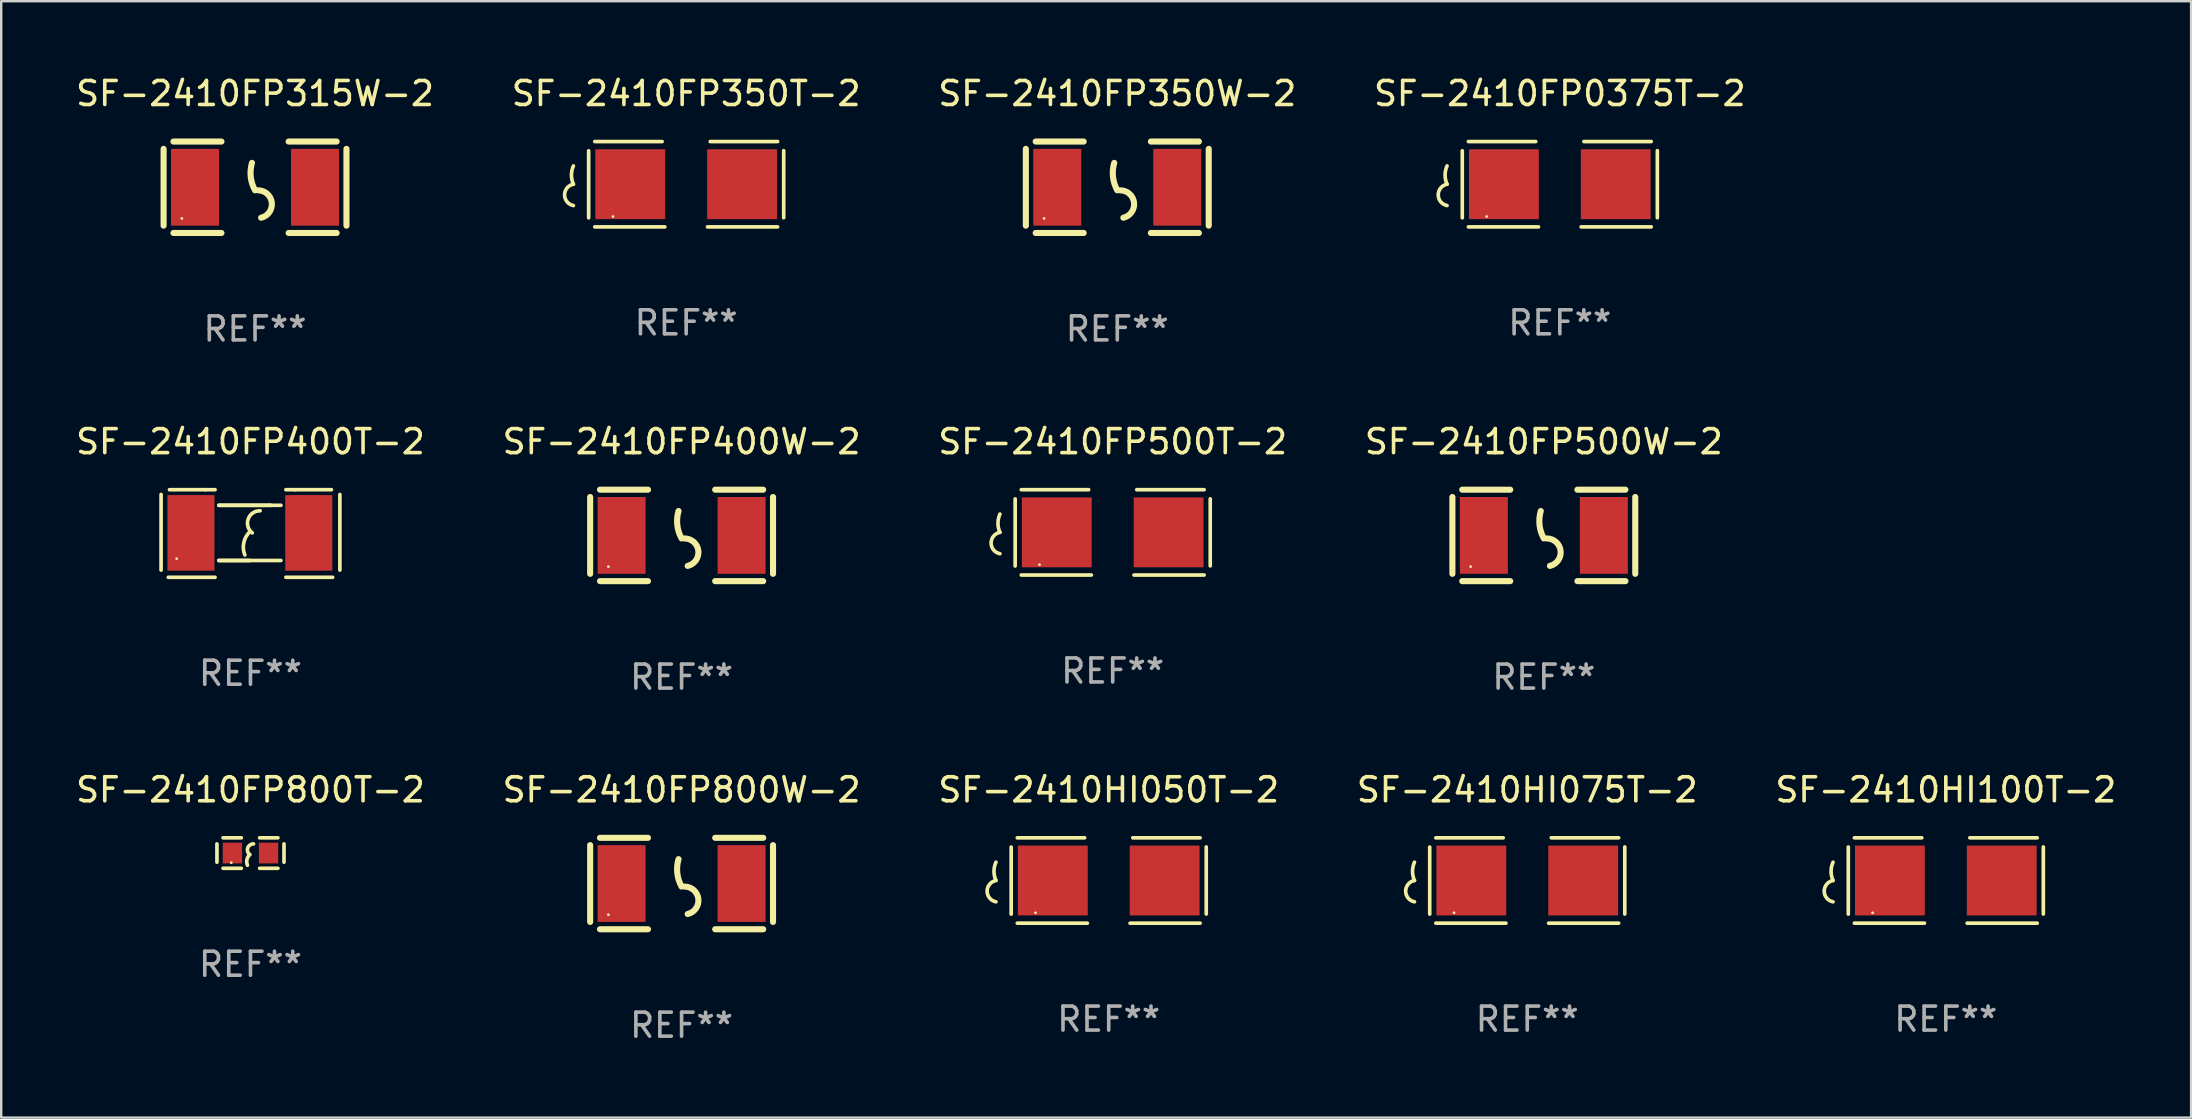
<source format=kicad_pcb>
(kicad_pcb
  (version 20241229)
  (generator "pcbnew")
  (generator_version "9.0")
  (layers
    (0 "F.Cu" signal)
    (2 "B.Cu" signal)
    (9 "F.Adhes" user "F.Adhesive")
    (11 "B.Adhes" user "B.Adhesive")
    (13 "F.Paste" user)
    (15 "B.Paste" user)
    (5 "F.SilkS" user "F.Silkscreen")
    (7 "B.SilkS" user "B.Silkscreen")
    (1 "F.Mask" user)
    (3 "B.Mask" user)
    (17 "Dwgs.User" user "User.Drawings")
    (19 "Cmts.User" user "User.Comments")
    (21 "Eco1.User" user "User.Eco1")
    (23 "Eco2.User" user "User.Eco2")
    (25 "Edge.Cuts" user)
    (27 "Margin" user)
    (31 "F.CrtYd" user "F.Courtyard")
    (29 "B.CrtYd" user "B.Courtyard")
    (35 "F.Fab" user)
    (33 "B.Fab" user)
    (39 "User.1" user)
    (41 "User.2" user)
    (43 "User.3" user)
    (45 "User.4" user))
  (footprint "SF-2410FP800W-2"
    (layer "F.Cu")
    (at 25.351 33.766)
    (property "Reference" "SF-2410FP800W-2" (at 0 -3.905 0) (layer "F.SilkS") (effects (font (size 1 1) (thickness 0.15))))
    (attr through_hole)
    (fp_line (start -3.81 -1.6) (end -3.81 1.6) (stroke (width 0.254) (type solid)) (layer "F.SilkS"))
    (fp_line (start -3.4 -1.905) (end -1.4 -1.905) (stroke (width 0.254) (type solid)) (layer "F.SilkS"))
    (fp_line (start -3.4 1.905) (end -1.4 1.905) (stroke (width 0.254) (type solid)) (layer "F.SilkS"))
    (fp_line (start 1.4 -1.905) (end 3.4 -1.905) (stroke (width 0.254) (type solid)) (layer "F.SilkS"))
    (fp_line (start 1.4 1.905) (end 3.4 1.905) (stroke (width 0.254) (type solid)) (layer "F.SilkS"))
    (fp_line (start 3.81 -1.6) (end 3.81 1.6) (stroke (width 0.254) (type solid)) (layer "F.SilkS"))
    (fp_arc (start 0 0.127) (mid -0.178599 -0.431712) (end -0.127 -1.016002) (stroke (width 0.254001) (type solid)) (layer "F.SilkS"))
    (fp_arc (start 0.126999 0.127) (mid 0.698883 0.642014) (end 0.254001 1.270003) (stroke (width 0.254001) (type solid)) (layer "F.SilkS"))
    (fp_circle (center -3.05 1.3) (end -3.02 1.3) (stroke (width 0.06) (type solid)) (fill no) (layer "F.SilkS"))
    (fp_text user "REF**" (at 0 5.905 0) (layer "F.Fab") (effects (font (size 1 1) (thickness 0.15))))
    (pad "1" smd rect (at -2.5 0) (size 2 3.2) (layers "F.Cu" "F.Mask" "F.Paste"))
    (pad "2" smd rect (at 2.5 0) (size 2 3.2) (layers "F.Cu" "F.Mask" "F.Paste")))
  (footprint "SF-2410FP400W-2"
    (layer "F.Cu")
    (at 25.351 19.26)
    (property "Reference" "SF-2410FP400W-2" (at 0 -3.905 0) (layer "F.SilkS") (effects (font (size 1 1) (thickness 0.15))))
    (attr through_hole)
    (fp_line (start -3.81 -1.6) (end -3.81 1.6) (stroke (width 0.254) (type solid)) (layer "F.SilkS"))
    (fp_line (start -3.4 -1.905) (end -1.4 -1.905) (stroke (width 0.254) (type solid)) (layer "F.SilkS"))
    (fp_line (start -3.4 1.905) (end -1.4 1.905) (stroke (width 0.254) (type solid)) (layer "F.SilkS"))
    (fp_line (start 1.4 -1.905) (end 3.4 -1.905) (stroke (width 0.254) (type solid)) (layer "F.SilkS"))
    (fp_line (start 1.4 1.905) (end 3.4 1.905) (stroke (width 0.254) (type solid)) (layer "F.SilkS"))
    (fp_line (start 3.81 -1.6) (end 3.81 1.6) (stroke (width 0.254) (type solid)) (layer "F.SilkS"))
    (fp_arc (start 0 0.127) (mid -0.178599 -0.431712) (end -0.127 -1.016002) (stroke (width 0.254001) (type solid)) (layer "F.SilkS"))
    (fp_arc (start 0.126999 0.127) (mid 0.698883 0.642014) (end 0.254001 1.270003) (stroke (width 0.254001) (type solid)) (layer "F.SilkS"))
    (fp_circle (center -3.05 1.3) (end -3.02 1.3) (stroke (width 0.06) (type solid)) (fill no) (layer "F.SilkS"))
    (fp_text user "REF**" (at 0 5.905 0) (layer "F.Fab") (effects (font (size 1 1) (thickness 0.15))))
    (pad "1" smd rect (at -2.5 0) (size 2 3.2) (layers "F.Cu" "F.Mask" "F.Paste"))
    (pad "2" smd rect (at 2.5 0) (size 2 3.2) (layers "F.Cu" "F.Mask" "F.Paste")))
  (footprint "SF-2410FP800T-2"
    (layer "F.Cu")
    (at 7.387 32.496)
    (property "Reference" "SF-2410FP800T-2" (at 0 -2.635 0) (layer "F.SilkS") (effects (font (size 1 1) (thickness 0.15))))
    (attr through_hole)
    (fp_line (start -1.397 -0.381) (end -1.397 0.381) (stroke (width 0.152) (type solid)) (layer "F.SilkS"))
    (fp_line (start -0.381 -0.635) (end -1.143 -0.635) (stroke (width 0.152) (type solid)) (layer "F.SilkS"))
    (fp_line (start -0.381 0.635) (end -1.143 0.635) (stroke (width 0.152) (type solid)) (layer "F.SilkS"))
    (fp_line (start 0.381 -0.635) (end 1.143 -0.635) (stroke (width 0.152) (type solid)) (layer "F.SilkS"))
    (fp_line (start 0.381 0.635) (end 1.143 0.635) (stroke (width 0.152) (type solid)) (layer "F.SilkS"))
    (fp_line (start 1.397 -0.381) (end 1.397 0.381) (stroke (width 0.152) (type solid)) (layer "F.SilkS"))
    (fp_arc (start -0.127 0.508001) (mid -0.146523 0.271131) (end -0.030861 0.0635) (stroke (width 0.151994) (type solid)) (layer "F.SilkS"))
    (fp_arc (start -0.03175 0.0635) (mid -0.113571 -0.216321) (end 0.127001 -0.381002) (stroke (width 0.151994) (type solid)) (layer "F.SilkS"))
    (fp_circle (center -0.8 0.4) (end -0.77 0.4) (stroke (width 0.06) (type solid)) (fill no) (layer "F.SilkS"))
    (fp_text user "REF**" (at 0 4.635 0) (layer "F.Fab") (effects (font (size 1 1) (thickness 0.15))))
    (pad "1" smd rect (at -0.753 0) (size 0.806 0.864) (layers "F.Cu" "F.Mask" "F.Paste"))
    (pad "2" smd rect (at 0.753 0) (size 0.806 0.864) (layers "F.Cu" "F.Mask" "F.Paste")))
  (footprint "SF-2410FP400T-2"
    (layer "F.Cu")
    (at 7.387 19.18)
    (property "Reference" "SF-2410FP400T-2" (at 0 -3.825 0) (layer "F.SilkS") (effects (font (size 1 1) (thickness 0.15))))
    (attr through_hole)
    (fp_line (start -3.725 -1.625) (end -3.725 1.525) (stroke (width 0.152) (type solid)) (layer "F.SilkS"))
    (fp_line (start -3.425 1.825) (end -1.475 1.825) (stroke (width 0.152) (type solid)) (layer "F.SilkS"))
    (fp_line (start -1.875 -1.825) (end -3.375 -1.825) (stroke (width 0.152) (type solid)) (layer "F.SilkS"))
    (fp_line (start -1.875 -1.825) (end -1.475 -1.825) (stroke (width 0.152) (type solid)) (layer "F.SilkS"))
    (fp_line (start -1.32 -1.175) (end 0.825 -1.175) (stroke (width 0.152) (type solid)) (layer "F.SilkS"))
    (fp_line (start -1.32 1.125) (end 1.27 1.125) (stroke (width 0.152) (type solid)) (layer "F.SilkS"))
    (fp_line (start -0.025 1.125) (end -1.32 1.125) (stroke (width 0.152) (type solid)) (layer "F.SilkS"))
    (fp_line (start 0.825 -1.175) (end -1.32 -1.175) (stroke (width 0.152) (type solid)) (layer "F.SilkS"))
    (fp_line (start 0.825 -1.175) (end 1.27 -1.175) (stroke (width 0.152) (type solid)) (layer "F.SilkS"))
    (fp_line (start 1.875 -1.825) (end 1.475 -1.825) (stroke (width 0.152) (type solid)) (layer "F.SilkS"))
    (fp_line (start 1.875 -1.825) (end 3.375 -1.825) (stroke (width 0.152) (type solid)) (layer "F.SilkS"))
    (fp_line (start 3.425 1.825) (end 1.475 1.825) (stroke (width 0.152) (type solid)) (layer "F.SilkS"))
    (fp_line (start 3.725 -1.625) (end 3.725 1.525) (stroke (width 0.152) (type solid)) (layer "F.SilkS"))
    (fp_arc (start -0.234951 0.894767) (mid -0.27747 0.377954) (end -0.025019 -0.075006) (stroke (width 0.151994) (type solid)) (layer "F.SilkS"))
    (fp_arc (start 0.074981 -0.025019) (mid -0.094608 -0.604451) (end 0.40353 -0.945567) (stroke (width 0.151994) (type solid)) (layer "F.SilkS"))
    (fp_circle (center -3.075 1.05) (end -3.045 1.05) (stroke (width 0.06) (type solid)) (fill no) (layer "F.SilkS"))
    (fp_text user "REF**" (at 0 5.825 0) (layer "F.Fab") (effects (font (size 1 1) (thickness 0.15))))
    (pad "1" smd rect (at -2.48 -0.025) (size 1.96 3.15) (layers "F.Cu" "F.Mask" "F.Paste"))
    (pad "2" smd rect (at 2.43 -0.025) (size 1.96 3.15) (layers "F.Cu" "F.Mask" "F.Paste")))
  (footprint "SF-2410FP315W-2"
    (layer "F.Cu")
    (at 7.577 4.753)
    (property "Reference" "SF-2410FP315W-2" (at 0 -3.905 0) (layer "F.SilkS") (effects (font (size 1 1) (thickness 0.15))))
    (attr through_hole)
    (fp_line (start -3.81 -1.6) (end -3.81 1.6) (stroke (width 0.254) (type solid)) (layer "F.SilkS"))
    (fp_line (start -3.4 -1.905) (end -1.4 -1.905) (stroke (width 0.254) (type solid)) (layer "F.SilkS"))
    (fp_line (start -3.4 1.905) (end -1.4 1.905) (stroke (width 0.254) (type solid)) (layer "F.SilkS"))
    (fp_line (start 1.4 -1.905) (end 3.4 -1.905) (stroke (width 0.254) (type solid)) (layer "F.SilkS"))
    (fp_line (start 1.4 1.905) (end 3.4 1.905) (stroke (width 0.254) (type solid)) (layer "F.SilkS"))
    (fp_line (start 3.81 -1.6) (end 3.81 1.6) (stroke (width 0.254) (type solid)) (layer "F.SilkS"))
    (fp_arc (start 0 0.127) (mid -0.178599 -0.431712) (end -0.127 -1.016002) (stroke (width 0.254001) (type solid)) (layer "F.SilkS"))
    (fp_arc (start 0.126999 0.127) (mid 0.698883 0.642014) (end 0.254001 1.270003) (stroke (width 0.254001) (type solid)) (layer "F.SilkS"))
    (fp_circle (center -3.05 1.3) (end -3.02 1.3) (stroke (width 0.06) (type solid)) (fill no) (layer "F.SilkS"))
    (fp_text user "REF**" (at 0 5.905 0) (layer "F.Fab") (effects (font (size 1 1) (thickness 0.15))))
    (pad "1" smd rect (at -2.5 0) (size 2 3.2) (layers "F.Cu" "F.Mask" "F.Paste"))
    (pad "2" smd rect (at 2.5 0) (size 2 3.2) (layers "F.Cu" "F.Mask" "F.Paste")))
  (footprint "SF-2410FP350T-2"
    (layer "F.Cu")
    (at 25.542 4.626)
    (property "Reference" "SF-2410FP350T-2" (at 0 -3.778 0) (layer "F.SilkS") (effects (font (size 1 1) (thickness 0.15))))
    (attr through_hole)
    (fp_line (start -4.064 -1.393) (end -4.064 1.401) (stroke (width 0.152) (type solid)) (layer "F.SilkS"))
    (fp_line (start -3.81 -1.778) (end -1.002 -1.778) (stroke (width 0.152) (type solid)) (layer "F.SilkS"))
    (fp_line (start -0.889 1.778) (end -3.81 1.778) (stroke (width 0.152) (type solid)) (layer "F.SilkS"))
    (fp_line (start 0.889 1.778) (end 3.81 1.778) (stroke (width 0.152) (type solid)) (layer "F.SilkS"))
    (fp_line (start 3.81 -1.778) (end 1.002 -1.778) (stroke (width 0.152) (type solid)) (layer "F.SilkS"))
    (fp_line (start 4.064 -1.397) (end 4.064 1.397) (stroke (width 0.152) (type solid)) (layer "F.SilkS"))
    (fp_arc (start -4.699009 0) (mid -4.780645 -0.381001) (end -4.699009 -0.762002) (stroke (width 0.151994) (type solid)) (layer "F.SilkS"))
    (fp_arc (start -4.699009 0.889002) (mid -5.066697 0.444501) (end -4.699009 0) (stroke (width 0.151994) (type solid)) (layer "F.SilkS"))
    (fp_circle (center -3.05 1.347) (end -3.02 1.347) (stroke (width 0.06) (type solid)) (fill no) (layer "F.SilkS"))
    (fp_text user "REF**" (at 0 5.778 0) (layer "F.Fab") (effects (font (size 1 1) (thickness 0.15))))
    (pad "1" smd rect (at -2.33 0) (size 2.91 2.911) (layers "F.Cu" "F.Mask" "F.Paste"))
    (pad "2" smd rect (at 2.33 0) (size 2.91 2.911) (layers "F.Cu" "F.Mask" "F.Paste")))
  (footprint "SF-2410HI075T-2"
    (layer "F.Cu")
    (at 60.589 33.639)
    (property "Reference" "SF-2410HI075T-2" (at 0 -3.778 0) (layer "F.SilkS") (effects (font (size 1 1) (thickness 0.15))))
    (attr through_hole)
    (fp_line (start -4.064 -1.393) (end -4.064 1.401) (stroke (width 0.152) (type solid)) (layer "F.SilkS"))
    (fp_line (start -3.81 -1.778) (end -1.002 -1.778) (stroke (width 0.152) (type solid)) (layer "F.SilkS"))
    (fp_line (start -0.889 1.778) (end -3.81 1.778) (stroke (width 0.152) (type solid)) (layer "F.SilkS"))
    (fp_line (start 0.889 1.778) (end 3.81 1.778) (stroke (width 0.152) (type solid)) (layer "F.SilkS"))
    (fp_line (start 3.81 -1.778) (end 1.002 -1.778) (stroke (width 0.152) (type solid)) (layer "F.SilkS"))
    (fp_line (start 4.064 -1.397) (end 4.064 1.397) (stroke (width 0.152) (type solid)) (layer "F.SilkS"))
    (fp_arc (start -4.699009 0) (mid -4.780645 -0.381001) (end -4.699009 -0.762002) (stroke (width 0.151994) (type solid)) (layer "F.SilkS"))
    (fp_arc (start -4.699009 0.889002) (mid -5.066697 0.444501) (end -4.699009 0) (stroke (width 0.151994) (type solid)) (layer "F.SilkS"))
    (fp_circle (center -3.05 1.347) (end -3.02 1.347) (stroke (width 0.06) (type solid)) (fill no) (layer "F.SilkS"))
    (fp_text user "REF**" (at 0 5.778 0) (layer "F.Fab") (effects (font (size 1 1) (thickness 0.15))))
    (pad "1" smd rect (at -2.33 0) (size 2.91 2.911) (layers "F.Cu" "F.Mask" "F.Paste"))
    (pad "2" smd rect (at 2.33 0) (size 2.91 2.911) (layers "F.Cu" "F.Mask" "F.Paste")))
  (footprint "SF-2410FP500T-2"
    (layer "F.Cu")
    (at 43.315 19.133)
    (property "Reference" "SF-2410FP500T-2" (at 0 -3.778 0) (layer "F.SilkS") (effects (font (size 1 1) (thickness 0.15))))
    (attr through_hole)
    (fp_line (start -4.064 -1.393) (end -4.064 1.401) (stroke (width 0.152) (type solid)) (layer "F.SilkS"))
    (fp_line (start -3.81 -1.778) (end -1.002 -1.778) (stroke (width 0.152) (type solid)) (layer "F.SilkS"))
    (fp_line (start -0.889 1.778) (end -3.81 1.778) (stroke (width 0.152) (type solid)) (layer "F.SilkS"))
    (fp_line (start 0.889 1.778) (end 3.81 1.778) (stroke (width 0.152) (type solid)) (layer "F.SilkS"))
    (fp_line (start 3.81 -1.778) (end 1.002 -1.778) (stroke (width 0.152) (type solid)) (layer "F.SilkS"))
    (fp_line (start 4.064 -1.397) (end 4.064 1.397) (stroke (width 0.152) (type solid)) (layer "F.SilkS"))
    (fp_arc (start -4.699009 0) (mid -4.780645 -0.381001) (end -4.699009 -0.762002) (stroke (width 0.151994) (type solid)) (layer "F.SilkS"))
    (fp_arc (start -4.699009 0.889002) (mid -5.066697 0.444501) (end -4.699009 0) (stroke (width 0.151994) (type solid)) (layer "F.SilkS"))
    (fp_circle (center -3.05 1.347) (end -3.02 1.347) (stroke (width 0.06) (type solid)) (fill no) (layer "F.SilkS"))
    (fp_text user "REF**" (at 0 5.778 0) (layer "F.Fab") (effects (font (size 1 1) (thickness 0.15))))
    (pad "1" smd rect (at -2.33 0) (size 2.91 2.911) (layers "F.Cu" "F.Mask" "F.Paste"))
    (pad "2" smd rect (at 2.33 0) (size 2.91 2.911) (layers "F.Cu" "F.Mask" "F.Paste")))
  (footprint "SF-2410HI100T-2"
    (layer "F.Cu")
    (at 78.03 33.639)
    (property "Reference" "SF-2410HI100T-2" (at 0 -3.778 0) (layer "F.SilkS") (effects (font (size 1 1) (thickness 0.15))))
    (attr through_hole)
    (fp_line (start -4.064 -1.393) (end -4.064 1.401) (stroke (width 0.152) (type solid)) (layer "F.SilkS"))
    (fp_line (start -3.81 -1.778) (end -1.002 -1.778) (stroke (width 0.152) (type solid)) (layer "F.SilkS"))
    (fp_line (start -0.889 1.778) (end -3.81 1.778) (stroke (width 0.152) (type solid)) (layer "F.SilkS"))
    (fp_line (start 0.889 1.778) (end 3.81 1.778) (stroke (width 0.152) (type solid)) (layer "F.SilkS"))
    (fp_line (start 3.81 -1.778) (end 1.002 -1.778) (stroke (width 0.152) (type solid)) (layer "F.SilkS"))
    (fp_line (start 4.064 -1.397) (end 4.064 1.397) (stroke (width 0.152) (type solid)) (layer "F.SilkS"))
    (fp_arc (start -4.699009 0) (mid -4.780645 -0.381001) (end -4.699009 -0.762002) (stroke (width 0.151994) (type solid)) (layer "F.SilkS"))
    (fp_arc (start -4.699009 0.889002) (mid -5.066697 0.444501) (end -4.699009 0) (stroke (width 0.151994) (type solid)) (layer "F.SilkS"))
    (fp_circle (center -3.05 1.347) (end -3.02 1.347) (stroke (width 0.06) (type solid)) (fill no) (layer "F.SilkS"))
    (fp_text user "REF**" (at 0 5.778 0) (layer "F.Fab") (effects (font (size 1 1) (thickness 0.15))))
    (pad "1" smd rect (at -2.33 0) (size 2.91 2.911) (layers "F.Cu" "F.Mask" "F.Paste"))
    (pad "2" smd rect (at 2.33 0) (size 2.91 2.911) (layers "F.Cu" "F.Mask" "F.Paste")))
  (footprint "SF-2410FP350W-2"
    (layer "F.Cu")
    (at 43.506 4.753)
    (property "Reference" "SF-2410FP350W-2" (at 0 -3.905 0) (layer "F.SilkS") (effects (font (size 1 1) (thickness 0.15))))
    (attr through_hole)
    (fp_line (start -3.81 -1.6) (end -3.81 1.6) (stroke (width 0.254) (type solid)) (layer "F.SilkS"))
    (fp_line (start -3.4 -1.905) (end -1.4 -1.905) (stroke (width 0.254) (type solid)) (layer "F.SilkS"))
    (fp_line (start -3.4 1.905) (end -1.4 1.905) (stroke (width 0.254) (type solid)) (layer "F.SilkS"))
    (fp_line (start 1.4 -1.905) (end 3.4 -1.905) (stroke (width 0.254) (type solid)) (layer "F.SilkS"))
    (fp_line (start 1.4 1.905) (end 3.4 1.905) (stroke (width 0.254) (type solid)) (layer "F.SilkS"))
    (fp_line (start 3.81 -1.6) (end 3.81 1.6) (stroke (width 0.254) (type solid)) (layer "F.SilkS"))
    (fp_arc (start 0 0.127) (mid -0.178599 -0.431712) (end -0.127 -1.016002) (stroke (width 0.254001) (type solid)) (layer "F.SilkS"))
    (fp_arc (start 0.126999 0.127) (mid 0.698883 0.642014) (end 0.254001 1.270003) (stroke (width 0.254001) (type solid)) (layer "F.SilkS"))
    (fp_circle (center -3.05 1.3) (end -3.02 1.3) (stroke (width 0.06) (type solid)) (fill no) (layer "F.SilkS"))
    (fp_text user "REF**" (at 0 5.905 0) (layer "F.Fab") (effects (font (size 1 1) (thickness 0.15))))
    (pad "1" smd rect (at -2.5 0) (size 2 3.2) (layers "F.Cu" "F.Mask" "F.Paste"))
    (pad "2" smd rect (at 2.5 0) (size 2 3.2) (layers "F.Cu" "F.Mask" "F.Paste")))
  (footprint "SF-2410FP500W-2"
    (layer "F.Cu")
    (at 61.28 19.26)
    (property "Reference" "SF-2410FP500W-2" (at 0 -3.905 0) (layer "F.SilkS") (effects (font (size 1 1) (thickness 0.15))))
    (attr through_hole)
    (fp_line (start -3.81 -1.6) (end -3.81 1.6) (stroke (width 0.254) (type solid)) (layer "F.SilkS"))
    (fp_line (start -3.4 -1.905) (end -1.4 -1.905) (stroke (width 0.254) (type solid)) (layer "F.SilkS"))
    (fp_line (start -3.4 1.905) (end -1.4 1.905) (stroke (width 0.254) (type solid)) (layer "F.SilkS"))
    (fp_line (start 1.4 -1.905) (end 3.4 -1.905) (stroke (width 0.254) (type solid)) (layer "F.SilkS"))
    (fp_line (start 1.4 1.905) (end 3.4 1.905) (stroke (width 0.254) (type solid)) (layer "F.SilkS"))
    (fp_line (start 3.81 -1.6) (end 3.81 1.6) (stroke (width 0.254) (type solid)) (layer "F.SilkS"))
    (fp_arc (start 0 0.127) (mid -0.178599 -0.431712) (end -0.127 -1.016002) (stroke (width 0.254001) (type solid)) (layer "F.SilkS"))
    (fp_arc (start 0.126999 0.127) (mid 0.698883 0.642014) (end 0.254001 1.270003) (stroke (width 0.254001) (type solid)) (layer "F.SilkS"))
    (fp_circle (center -3.05 1.3) (end -3.02 1.3) (stroke (width 0.06) (type solid)) (fill no) (layer "F.SilkS"))
    (fp_text user "REF**" (at 0 5.905 0) (layer "F.Fab") (effects (font (size 1 1) (thickness 0.15))))
    (pad "1" smd rect (at -2.5 0) (size 2 3.2) (layers "F.Cu" "F.Mask" "F.Paste"))
    (pad "2" smd rect (at 2.5 0) (size 2 3.2) (layers "F.Cu" "F.Mask" "F.Paste")))
  (footprint "SF-2410FP0375T-2"
    (layer "F.Cu")
    (at 61.946 4.626)
    (property "Reference" "SF-2410FP0375T-2" (at 0 -3.778 0) (layer "F.SilkS") (effects (font (size 1 1) (thickness 0.15))))
    (attr through_hole)
    (fp_line (start -4.064 -1.393) (end -4.064 1.401) (stroke (width 0.152) (type solid)) (layer "F.SilkS"))
    (fp_line (start -3.81 -1.778) (end -1.002 -1.778) (stroke (width 0.152) (type solid)) (layer "F.SilkS"))
    (fp_line (start -0.889 1.778) (end -3.81 1.778) (stroke (width 0.152) (type solid)) (layer "F.SilkS"))
    (fp_line (start 0.889 1.778) (end 3.81 1.778) (stroke (width 0.152) (type solid)) (layer "F.SilkS"))
    (fp_line (start 3.81 -1.778) (end 1.002 -1.778) (stroke (width 0.152) (type solid)) (layer "F.SilkS"))
    (fp_line (start 4.064 -1.397) (end 4.064 1.397) (stroke (width 0.152) (type solid)) (layer "F.SilkS"))
    (fp_arc (start -4.699009 0) (mid -4.780645 -0.381001) (end -4.699009 -0.762002) (stroke (width 0.151994) (type solid)) (layer "F.SilkS"))
    (fp_arc (start -4.699009 0.889002) (mid -5.066697 0.444501) (end -4.699009 0) (stroke (width 0.151994) (type solid)) (layer "F.SilkS"))
    (fp_circle (center -3.05 1.347) (end -3.02 1.347) (stroke (width 0.06) (type solid)) (fill no) (layer "F.SilkS"))
    (fp_text user "REF**" (at 0 5.778 0) (layer "F.Fab") (effects (font (size 1 1) (thickness 0.15))))
    (pad "1" smd rect (at -2.33 0) (size 2.91 2.911) (layers "F.Cu" "F.Mask" "F.Paste"))
    (pad "2" smd rect (at 2.33 0) (size 2.91 2.911) (layers "F.Cu" "F.Mask" "F.Paste")))
  (footprint "SF-2410HI050T-2"
    (layer "F.Cu")
    (at 43.149 33.639)
    (property "Reference" "SF-2410HI050T-2" (at 0 -3.778 0) (layer "F.SilkS") (effects (font (size 1 1) (thickness 0.15))))
    (attr through_hole)
    (fp_line (start -4.064 -1.393) (end -4.064 1.401) (stroke (width 0.152) (type solid)) (layer "F.SilkS"))
    (fp_line (start -3.81 -1.778) (end -1.002 -1.778) (stroke (width 0.152) (type solid)) (layer "F.SilkS"))
    (fp_line (start -0.889 1.778) (end -3.81 1.778) (stroke (width 0.152) (type solid)) (layer "F.SilkS"))
    (fp_line (start 0.889 1.778) (end 3.81 1.778) (stroke (width 0.152) (type solid)) (layer "F.SilkS"))
    (fp_line (start 3.81 -1.778) (end 1.002 -1.778) (stroke (width 0.152) (type solid)) (layer "F.SilkS"))
    (fp_line (start 4.064 -1.397) (end 4.064 1.397) (stroke (width 0.152) (type solid)) (layer "F.SilkS"))
    (fp_arc (start -4.699009 0) (mid -4.780645 -0.381001) (end -4.699009 -0.762002) (stroke (width 0.151994) (type solid)) (layer "F.SilkS"))
    (fp_arc (start -4.699009 0.889002) (mid -5.066697 0.444501) (end -4.699009 0) (stroke (width 0.151994) (type solid)) (layer "F.SilkS"))
    (fp_circle (center -3.05 1.347) (end -3.02 1.347) (stroke (width 0.06) (type solid)) (fill no) (layer "F.SilkS"))
    (fp_text user "REF**" (at 0 5.778 0) (layer "F.Fab") (effects (font (size 1 1) (thickness 0.15))))
    (pad "1" smd rect (at -2.33 0) (size 2.91 2.911) (layers "F.Cu" "F.Mask" "F.Paste"))
    (pad "2" smd rect (at 2.33 0) (size 2.91 2.911) (layers "F.Cu" "F.Mask" "F.Paste")))
  (gr_rect
    (start -3 -3)
    (end 88.25 43.52)
    (stroke (width 0.1) (type default))
    (fill no)
    (layer "Edge.Cuts")))
</source>
